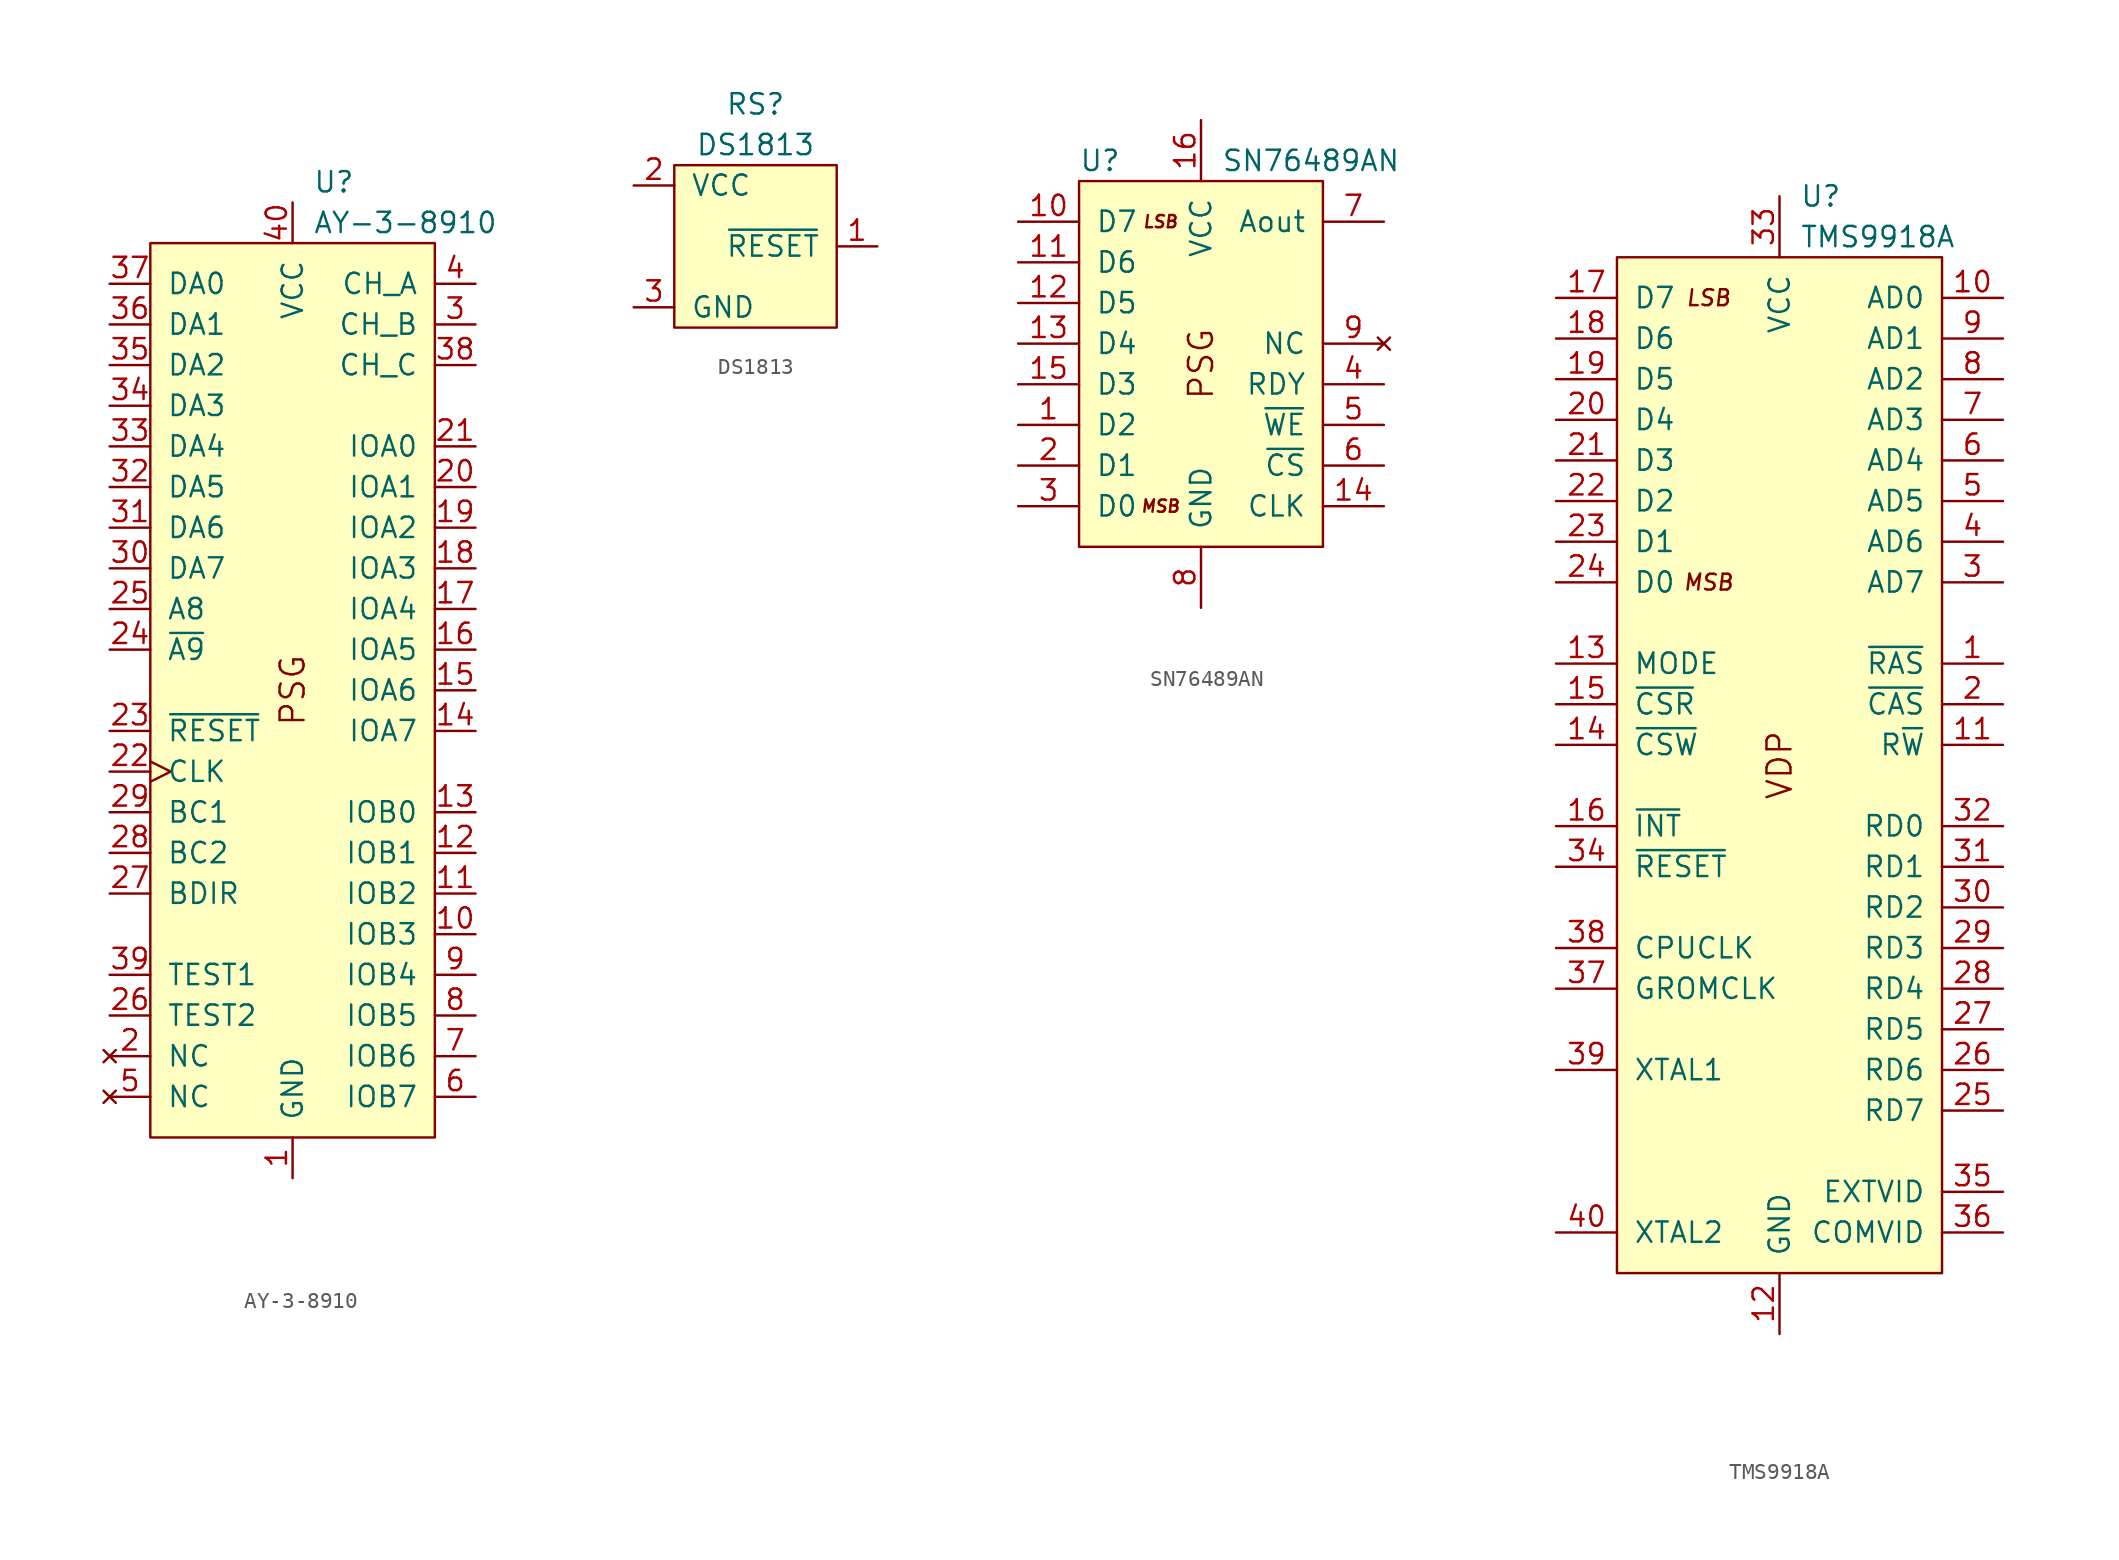
<source format=kicad_sym>
(kicad_symbol_lib
  (version 20211014)
  (generator kicad_symbol_editor)
  (symbol "AY-3-8910"
    (pin_names
      (offset 1.016))
    (property "Reference" "U"
      (at 1.27 2.54 0)
      (effects (font (size 1.27 1.27)) (justify left)))
    (property "Value" "AY-3-8910"
      (at 1.27 0 0)
      (effects (font (size 1.27 1.27)) (justify left)))
    (symbol "AY-3-8910_0_0"
      (text "PSG" (at 0 -29.21 900) (effects (font (size 1.499 1.499)))))
    (symbol "AY-3-8910_0_1"
      (rectangle (start -8.89 -1.27) (end 8.89 -57.15) (stroke (width 0) (type default) (color 0 0 0 0)) (fill (type background))))
    (symbol "AY-3-8910_1_1"
      (pin power_in line (at 0 -59.69 90) (length 2.54) (name "GND" (effects (font (size 1.27 1.27)))) (number "1" (effects (font (size 1.27 1.27)))))
      (pin bidirectional line (at 11.43 -44.45 180) (length 2.54) (name "IOB3" (effects (font (size 1.27 1.27)))) (number "10" (effects (font (size 1.27 1.27)))))
      (pin bidirectional line (at 11.43 -41.91 180) (length 2.54) (name "IOB2" (effects (font (size 1.27 1.27)))) (number "11" (effects (font (size 1.27 1.27)))))
      (pin bidirectional line (at 11.43 -39.37 180) (length 2.54) (name "IOB1" (effects (font (size 1.27 1.27)))) (number "12" (effects (font (size 1.27 1.27)))))
      (pin bidirectional line (at 11.43 -36.83 180) (length 2.54) (name "IOB0" (effects (font (size 1.27 1.27)))) (number "13" (effects (font (size 1.27 1.27)))))
      (pin bidirectional line (at 11.43 -31.75 180) (length 2.54) (name "IOA7" (effects (font (size 1.27 1.27)))) (number "14" (effects (font (size 1.27 1.27)))))
      (pin bidirectional line (at 11.43 -29.21 180) (length 2.54) (name "IOA6" (effects (font (size 1.27 1.27)))) (number "15" (effects (font (size 1.27 1.27)))))
      (pin bidirectional line (at 11.43 -26.67 180) (length 2.54) (name "IOA5" (effects (font (size 1.27 1.27)))) (number "16" (effects (font (size 1.27 1.27)))))
      (pin bidirectional line (at 11.43 -24.13 180) (length 2.54) (name "IOA4" (effects (font (size 1.27 1.27)))) (number "17" (effects (font (size 1.27 1.27)))))
      (pin bidirectional line (at 11.43 -21.59 180) (length 2.54) (name "IOA3" (effects (font (size 1.27 1.27)))) (number "18" (effects (font (size 1.27 1.27)))))
      (pin bidirectional line (at 11.43 -19.05 180) (length 2.54) (name "IOA2" (effects (font (size 1.27 1.27)))) (number "19" (effects (font (size 1.27 1.27)))))
      (pin no_connect line (at -11.43 -52.07 0) (length 2.54) (name "NC" (effects (font (size 1.27 1.27)))) (number "2" (effects (font (size 1.27 1.27)))))
      (pin bidirectional line (at 11.43 -16.51 180) (length 2.54) (name "IOA1" (effects (font (size 1.27 1.27)))) (number "20" (effects (font (size 1.27 1.27)))))
      (pin bidirectional line (at 11.43 -13.97 180) (length 2.54) (name "IOA0" (effects (font (size 1.27 1.27)))) (number "21" (effects (font (size 1.27 1.27)))))
      (pin input clock (at -11.43 -34.29 0) (length 2.54) (name "CLK" (effects (font (size 1.27 1.27)))) (number "22" (effects (font (size 1.27 1.27)))))
      (pin input line (at -11.43 -31.75 0) (length 2.54) (name "~{RESET}" (effects (font (size 1.27 1.27)))) (number "23" (effects (font (size 1.27 1.27)))))
      (pin input line (at -11.43 -26.67 0) (length 2.54) (name "~{A9}" (effects (font (size 1.27 1.27)))) (number "24" (effects (font (size 1.27 1.27)))))
      (pin input line (at -11.43 -24.13 0) (length 2.54) (name "A8" (effects (font (size 1.27 1.27)))) (number "25" (effects (font (size 1.27 1.27)))))
      (pin unspecified line (at -11.43 -49.53 0) (length 2.54) (name "TEST2" (effects (font (size 1.27 1.27)))) (number "26" (effects (font (size 1.27 1.27)))))
      (pin input line (at -11.43 -41.91 0) (length 2.54) (name "BDIR" (effects (font (size 1.27 1.27)))) (number "27" (effects (font (size 1.27 1.27)))))
      (pin input line (at -11.43 -39.37 0) (length 2.54) (name "BC2" (effects (font (size 1.27 1.27)))) (number "28" (effects (font (size 1.27 1.27)))))
      (pin input line (at -11.43 -36.83 0) (length 2.54) (name "BC1" (effects (font (size 1.27 1.27)))) (number "29" (effects (font (size 1.27 1.27)))))
      (pin passive line (at 11.43 -6.35 180) (length 2.54) (name "CH_B" (effects (font (size 1.27 1.27)))) (number "3" (effects (font (size 1.27 1.27)))))
      (pin bidirectional line (at -11.43 -21.59 0) (length 2.54) (name "DA7" (effects (font (size 1.27 1.27)))) (number "30" (effects (font (size 1.27 1.27)))))
      (pin bidirectional line (at -11.43 -19.05 0) (length 2.54) (name "DA6" (effects (font (size 1.27 1.27)))) (number "31" (effects (font (size 1.27 1.27)))))
      (pin bidirectional line (at -11.43 -16.51 0) (length 2.54) (name "DA5" (effects (font (size 1.27 1.27)))) (number "32" (effects (font (size 1.27 1.27)))))
      (pin bidirectional line (at -11.43 -13.97 0) (length 2.54) (name "DA4" (effects (font (size 1.27 1.27)))) (number "33" (effects (font (size 1.27 1.27)))))
      (pin bidirectional line (at -11.43 -11.43 0) (length 2.54) (name "DA3" (effects (font (size 1.27 1.27)))) (number "34" (effects (font (size 1.27 1.27)))))
      (pin bidirectional line (at -11.43 -8.89 0) (length 2.54) (name "DA2" (effects (font (size 1.27 1.27)))) (number "35" (effects (font (size 1.27 1.27)))))
      (pin bidirectional line (at -11.43 -6.35 0) (length 2.54) (name "DA1" (effects (font (size 1.27 1.27)))) (number "36" (effects (font (size 1.27 1.27)))))
      (pin bidirectional line (at -11.43 -3.81 0) (length 2.54) (name "DA0" (effects (font (size 1.27 1.27)))) (number "37" (effects (font (size 1.27 1.27)))))
      (pin passive line (at 11.43 -8.89 180) (length 2.54) (name "CH_C" (effects (font (size 1.27 1.27)))) (number "38" (effects (font (size 1.27 1.27)))))
      (pin unspecified line (at -11.43 -46.99 0) (length 2.54) (name "TEST1" (effects (font (size 1.27 1.27)))) (number "39" (effects (font (size 1.27 1.27)))))
      (pin passive line (at 11.43 -3.81 180) (length 2.54) (name "CH_A" (effects (font (size 1.27 1.27)))) (number "4" (effects (font (size 1.27 1.27)))))
      (pin power_in line (at 0 1.27 270) (length 2.54) (name "VCC" (effects (font (size 1.27 1.27)))) (number "40" (effects (font (size 1.27 1.27)))))
      (pin no_connect line (at -11.43 -54.61 0) (length 2.54) (name "NC" (effects (font (size 1.27 1.27)))) (number "5" (effects (font (size 1.27 1.27)))))
      (pin bidirectional line (at 11.43 -54.61 180) (length 2.54) (name "IOB7" (effects (font (size 1.27 1.27)))) (number "6" (effects (font (size 1.27 1.27)))))
      (pin bidirectional line (at 11.43 -52.07 180) (length 2.54) (name "IOB6" (effects (font (size 1.27 1.27)))) (number "7" (effects (font (size 1.27 1.27)))))
      (pin bidirectional line (at 11.43 -49.53 180) (length 2.54) (name "IOB5" (effects (font (size 1.27 1.27)))) (number "8" (effects (font (size 1.27 1.27)))))
      (pin bidirectional line (at 11.43 -46.99 180) (length 2.54) (name "IOB4" (effects (font (size 1.27 1.27)))) (number "9" (effects (font (size 1.27 1.27)))))))
  (symbol "DS1813"
    (pin_names
      (offset 1.016))
    (property "Reference" "RS"
      (at 0 2.54 0)
      (effects (font (size 1.27 1.27))))
    (property "Value" "DS1813"
      (at 0 0 0)
      (effects (font (size 1.27 1.27))))
    (symbol "DS1813_0_1"
      (rectangle (start 5.08 -1.27) (end -5.08 -11.43) (stroke (width 0) (type default) (color 0 0 0 0)) (fill (type background))))
    (symbol "DS1813_1_1"
      (pin output line (at 7.62 -6.35 180) (length 2.54) (name "~{RESET}" (effects (font (size 1.27 1.27)))) (number "1" (effects (font (size 1.27 1.27)))))
      (pin input line (at -7.62 -2.54 0) (length 2.54) (name "VCC" (effects (font (size 1.27 1.27)))) (number "2" (effects (font (size 1.27 1.27)))))
      (pin power_in line (at -7.62 -10.16 0) (length 2.54) (name "GND" (effects (font (size 1.27 1.27)))) (number "3" (effects (font (size 1.27 1.27)))))))
  (symbol "SN76489AN"
    (pin_names
      (offset 1.016))
    (property "Reference" "U"
      (at -7.62 1.27 0)
      (effects (font (size 1.27 1.27)) (justify left)))
    (property "Value" "SN76489AN"
      (at 1.27 1.27 0)
      (effects (font (size 1.27 1.27)) (justify left)))
    (symbol "SN76489AN_0_0"
      (text "LSB" (at -2.54 -2.54 0) (effects (font (size 0.762 0.762) italic)))
      (text "MSB" (at -2.54 -20.32 0) (effects (font (size 0.762 0.762) italic)))
      (text "PSG" (at 0 -11.43 900) (effects (font (size 1.499 1.499)))))
    (symbol "SN76489AN_0_1"
      (rectangle (start -7.62 0) (end 7.62 -22.86) (stroke (width 0) (type default) (color 0 0 0 0)) (fill (type background))))
    (symbol "SN76489AN_1_1"
      (pin input line (at -11.43 -15.24 0) (length 3.81) (name "D2" (effects (font (size 1.27 1.27)))) (number "1" (effects (font (size 1.27 1.27)))))
      (pin input line (at -11.43 -2.54 0) (length 3.81) (name "D7" (effects (font (size 1.27 1.27)))) (number "10" (effects (font (size 1.27 1.27)))))
      (pin input line (at -11.43 -5.08 0) (length 3.81) (name "D6" (effects (font (size 1.27 1.27)))) (number "11" (effects (font (size 1.27 1.27)))))
      (pin input line (at -11.43 -7.62 0) (length 3.81) (name "D5" (effects (font (size 1.27 1.27)))) (number "12" (effects (font (size 1.27 1.27)))))
      (pin input line (at -11.43 -10.16 0) (length 3.81) (name "D4" (effects (font (size 1.27 1.27)))) (number "13" (effects (font (size 1.27 1.27)))))
      (pin input line (at 11.43 -20.32 180) (length 3.81) (name "CLK" (effects (font (size 1.27 1.27)))) (number "14" (effects (font (size 1.27 1.27)))))
      (pin input line (at -11.43 -12.7 0) (length 3.81) (name "D3" (effects (font (size 1.27 1.27)))) (number "15" (effects (font (size 1.27 1.27)))))
      (pin power_in line (at 0 3.81 270) (length 3.81) (name "VCC" (effects (font (size 1.27 1.27)))) (number "16" (effects (font (size 1.27 1.27)))))
      (pin input line (at -11.43 -17.78 0) (length 3.81) (name "D1" (effects (font (size 1.27 1.27)))) (number "2" (effects (font (size 1.27 1.27)))))
      (pin input line (at -11.43 -20.32 0) (length 3.81) (name "D0" (effects (font (size 1.27 1.27)))) (number "3" (effects (font (size 1.27 1.27)))))
      (pin open_collector line (at 11.43 -12.7 180) (length 3.81) (name "RDY" (effects (font (size 1.27 1.27)))) (number "4" (effects (font (size 1.27 1.27)))))
      (pin input line (at 11.43 -15.24 180) (length 3.81) (name "~{WE}" (effects (font (size 1.27 1.27)))) (number "5" (effects (font (size 1.27 1.27)))))
      (pin input line (at 11.43 -17.78 180) (length 3.81) (name "~{CS}" (effects (font (size 1.27 1.27)))) (number "6" (effects (font (size 1.27 1.27)))))
      (pin output line (at 11.43 -2.54 180) (length 3.81) (name "Aout" (effects (font (size 1.27 1.27)))) (number "7" (effects (font (size 1.27 1.27)))))
      (pin power_in line (at 0 -26.67 90) (length 3.81) (name "GND" (effects (font (size 1.27 1.27)))) (number "8" (effects (font (size 1.27 1.27)))))
      (pin no_connect line (at 11.43 -10.16 180) (length 3.81) (name "NC" (effects (font (size 1.27 1.27)))) (number "9" (effects (font (size 1.27 1.27)))))))
  (symbol "TMS9918A"
    (pin_names
      (offset 1.016))
    (property "Reference" "U"
      (at 1.27 3.81 0)
      (effects (font (size 1.27 1.27)) (justify left)))
    (property "Value" "TMS9918A"
      (at 1.27 1.27 0)
      (effects (font (size 1.27 1.27)) (justify left)))
    (symbol "TMS9918A_0_0"
      (text "MSB" (at -4.445 -20.32 0) (effects (font (size 0.991 0.991) italic)))
      (text "VDP" (at 0 -31.75 900) (effects (font (size 1.499 1.499)))))
    (symbol "TMS9918A_0_1"
      (rectangle (start -10.16 0) (end 10.16 -63.5) (stroke (width 0) (type default) (color 0 0 0 0)) (fill (type background))))
    (symbol "TMS9918A_1_1"
      (text "LSB" (at -4.445 -2.54 0) (effects (font (size 0.991 0.991) italic)))
      (pin output line (at 13.97 -25.4 180) (length 3.81) (name "~{RAS}" (effects (font (size 1.27 1.27)))) (number "1" (effects (font (size 1.27 1.27)))))
      (pin output line (at 13.97 -2.54 180) (length 3.81) (name "AD0" (effects (font (size 1.27 1.27)))) (number "10" (effects (font (size 1.27 1.27)))))
      (pin output line (at 13.97 -30.48 180) (length 3.81) (name "R~{W}" (effects (font (size 1.27 1.27)))) (number "11" (effects (font (size 1.27 1.27)))))
      (pin power_in line (at 0 -67.31 90) (length 3.81) (name "GND" (effects (font (size 1.27 1.27)))) (number "12" (effects (font (size 1.27 1.27)))))
      (pin input line (at -13.97 -25.4 0) (length 3.81) (name "MODE" (effects (font (size 1.27 1.27)))) (number "13" (effects (font (size 1.27 1.27)))))
      (pin input line (at -13.97 -30.48 0) (length 3.81) (name "~{CSW}" (effects (font (size 1.27 1.27)))) (number "14" (effects (font (size 1.27 1.27)))))
      (pin input line (at -13.97 -27.94 0) (length 3.81) (name "~{CSR}" (effects (font (size 1.27 1.27)))) (number "15" (effects (font (size 1.27 1.27)))))
      (pin output line (at -13.97 -35.56 0) (length 3.81) (name "~{INT}" (effects (font (size 1.27 1.27)))) (number "16" (effects (font (size 1.27 1.27)))))
      (pin bidirectional line (at -13.97 -2.54 0) (length 3.81) (name "D7" (effects (font (size 1.27 1.27)))) (number "17" (effects (font (size 1.27 1.27)))))
      (pin bidirectional line (at -13.97 -5.08 0) (length 3.81) (name "D6" (effects (font (size 1.27 1.27)))) (number "18" (effects (font (size 1.27 1.27)))))
      (pin bidirectional line (at -13.97 -7.62 0) (length 3.81) (name "D5" (effects (font (size 1.27 1.27)))) (number "19" (effects (font (size 1.27 1.27)))))
      (pin output line (at 13.97 -27.94 180) (length 3.81) (name "~{CAS}" (effects (font (size 1.27 1.27)))) (number "2" (effects (font (size 1.27 1.27)))))
      (pin bidirectional line (at -13.97 -10.16 0) (length 3.81) (name "D4" (effects (font (size 1.27 1.27)))) (number "20" (effects (font (size 1.27 1.27)))))
      (pin bidirectional line (at -13.97 -12.7 0) (length 3.81) (name "D3" (effects (font (size 1.27 1.27)))) (number "21" (effects (font (size 1.27 1.27)))))
      (pin bidirectional line (at -13.97 -15.24 0) (length 3.81) (name "D2" (effects (font (size 1.27 1.27)))) (number "22" (effects (font (size 1.27 1.27)))))
      (pin bidirectional line (at -13.97 -17.78 0) (length 3.81) (name "D1" (effects (font (size 1.27 1.27)))) (number "23" (effects (font (size 1.27 1.27)))))
      (pin bidirectional line (at -13.97 -20.32 0) (length 3.81) (name "D0" (effects (font (size 1.27 1.27)))) (number "24" (effects (font (size 1.27 1.27)))))
      (pin input line (at 13.97 -53.34 180) (length 3.81) (name "RD7" (effects (font (size 1.27 1.27)))) (number "25" (effects (font (size 1.27 1.27)))))
      (pin input line (at 13.97 -50.8 180) (length 3.81) (name "RD6" (effects (font (size 1.27 1.27)))) (number "26" (effects (font (size 1.27 1.27)))))
      (pin input line (at 13.97 -48.26 180) (length 3.81) (name "RD5" (effects (font (size 1.27 1.27)))) (number "27" (effects (font (size 1.27 1.27)))))
      (pin input line (at 13.97 -45.72 180) (length 3.81) (name "RD4" (effects (font (size 1.27 1.27)))) (number "28" (effects (font (size 1.27 1.27)))))
      (pin input line (at 13.97 -43.18 180) (length 3.81) (name "RD3" (effects (font (size 1.27 1.27)))) (number "29" (effects (font (size 1.27 1.27)))))
      (pin output line (at 13.97 -20.32 180) (length 3.81) (name "AD7" (effects (font (size 1.27 1.27)))) (number "3" (effects (font (size 1.27 1.27)))))
      (pin input line (at 13.97 -40.64 180) (length 3.81) (name "RD2" (effects (font (size 1.27 1.27)))) (number "30" (effects (font (size 1.27 1.27)))))
      (pin input line (at 13.97 -38.1 180) (length 3.81) (name "RD1" (effects (font (size 1.27 1.27)))) (number "31" (effects (font (size 1.27 1.27)))))
      (pin input line (at 13.97 -35.56 180) (length 3.81) (name "RD0" (effects (font (size 1.27 1.27)))) (number "32" (effects (font (size 1.27 1.27)))))
      (pin power_in line (at 0 3.81 270) (length 3.81) (name "VCC" (effects (font (size 1.27 1.27)))) (number "33" (effects (font (size 1.27 1.27)))))
      (pin input line (at -13.97 -38.1 0) (length 3.81) (name "~{RESET}" (effects (font (size 1.27 1.27)))) (number "34" (effects (font (size 1.27 1.27)))))
      (pin input line (at 13.97 -58.42 180) (length 3.81) (name "EXTVID" (effects (font (size 1.27 1.27)))) (number "35" (effects (font (size 1.27 1.27)))))
      (pin output line (at 13.97 -60.96 180) (length 3.81) (name "COMVID" (effects (font (size 1.27 1.27)))) (number "36" (effects (font (size 1.27 1.27)))))
      (pin output line (at -13.97 -45.72 0) (length 3.81) (name "GROMCLK" (effects (font (size 1.27 1.27)))) (number "37" (effects (font (size 1.27 1.27)))))
      (pin output line (at -13.97 -43.18 0) (length 3.81) (name "CPUCLK" (effects (font (size 1.27 1.27)))) (number "38" (effects (font (size 1.27 1.27)))))
      (pin input line (at -13.97 -50.8 0) (length 3.81) (name "XTAL1" (effects (font (size 1.27 1.27)))) (number "39" (effects (font (size 1.27 1.27)))))
      (pin output line (at 13.97 -17.78 180) (length 3.81) (name "AD6" (effects (font (size 1.27 1.27)))) (number "4" (effects (font (size 1.27 1.27)))))
      (pin input line (at -13.97 -60.96 0) (length 3.81) (name "XTAL2" (effects (font (size 1.27 1.27)))) (number "40" (effects (font (size 1.27 1.27)))))
      (pin output line (at 13.97 -15.24 180) (length 3.81) (name "AD5" (effects (font (size 1.27 1.27)))) (number "5" (effects (font (size 1.27 1.27)))))
      (pin output line (at 13.97 -12.7 180) (length 3.81) (name "AD4" (effects (font (size 1.27 1.27)))) (number "6" (effects (font (size 1.27 1.27)))))
      (pin output line (at 13.97 -10.16 180) (length 3.81) (name "AD3" (effects (font (size 1.27 1.27)))) (number "7" (effects (font (size 1.27 1.27)))))
      (pin output line (at 13.97 -7.62 180) (length 3.81) (name "AD2" (effects (font (size 1.27 1.27)))) (number "8" (effects (font (size 1.27 1.27)))))
      (pin output line (at 13.97 -5.08 180) (length 3.81) (name "AD1" (effects (font (size 1.27 1.27)))) (number "9" (effects (font (size 1.27 1.27))))))))
</source>
